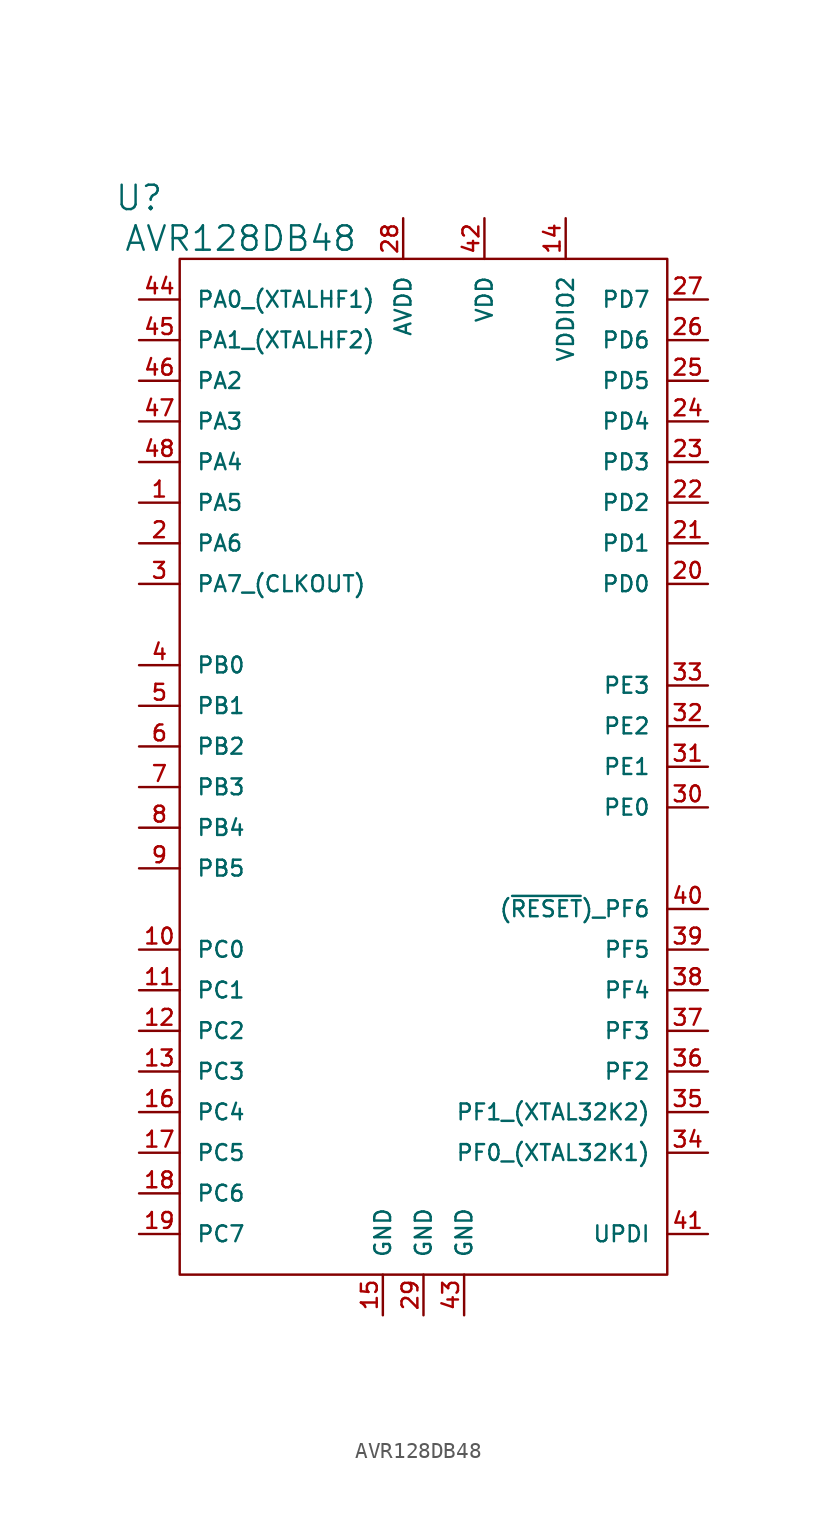
<source format=kicad_sym>
(kicad_symbol_lib
  (version 20220914)
  (generator kicad_symbol_editor)
  (symbol "AVR128DB48"
    (pin_names
      (offset 1.016))
    (property "Reference" "U"
      (at -17.78 35.56 0)
      (effects (font (size 1.524 1.524))))
    (property "Value" "AVR128DB48"
      (at -11.43 33.02 0)
      (effects (font (size 1.524 1.524))))
    (property "Footprint" ""
      (at 0 5.08 0)
      (effects (font (size 1.524 1.524))))
    (symbol "AVR128DB48_0_1"
      (rectangle (start -15.24 31.75) (end 15.24 -31.75) (stroke (width 0) (type solid)) (fill (type none))))
    (symbol "AVR128DB48_1_1"
      (pin passive line (at -17.78 16.51 0) (length 2.54) (name "PA5" (effects (font (size 0.991 0.991)))) (number "1" (effects (font (size 0.991 0.991)))))
      (pin passive line (at -17.78 -11.43 0) (length 2.54) (name "PC0" (effects (font (size 0.991 0.991)))) (number "10" (effects (font (size 0.991 0.991)))))
      (pin passive line (at -17.78 -13.97 0) (length 2.54) (name "PC1" (effects (font (size 0.991 0.991)))) (number "11" (effects (font (size 0.991 0.991)))))
      (pin passive line (at -17.78 -16.51 0) (length 2.54) (name "PC2" (effects (font (size 0.991 0.991)))) (number "12" (effects (font (size 0.991 0.991)))))
      (pin passive line (at -17.78 -19.05 0) (length 2.54) (name "PC3" (effects (font (size 0.991 0.991)))) (number "13" (effects (font (size 0.991 0.991)))))
      (pin passive line (at 8.89 34.29 270) (length 2.54) (name "VDDIO2" (effects (font (size 0.991 0.991)))) (number "14" (effects (font (size 0.991 0.991)))))
      (pin passive line (at -2.54 -34.29 90) (length 2.54) (name "GND" (effects (font (size 0.991 0.991)))) (number "15" (effects (font (size 0.991 0.991)))))
      (pin passive line (at -17.78 -21.59 0) (length 2.54) (name "PC4" (effects (font (size 0.991 0.991)))) (number "16" (effects (font (size 0.991 0.991)))))
      (pin passive line (at -17.78 -24.13 0) (length 2.54) (name "PC5" (effects (font (size 0.991 0.991)))) (number "17" (effects (font (size 0.991 0.991)))))
      (pin passive line (at -17.78 -26.67 0) (length 2.54) (name "PC6" (effects (font (size 0.991 0.991)))) (number "18" (effects (font (size 0.991 0.991)))))
      (pin passive line (at -17.78 -29.21 0) (length 2.54) (name "PC7" (effects (font (size 0.991 0.991)))) (number "19" (effects (font (size 0.991 0.991)))))
      (pin passive line (at -17.78 13.97 0) (length 2.54) (name "PA6" (effects (font (size 0.991 0.991)))) (number "2" (effects (font (size 0.991 0.991)))))
      (pin passive line (at 17.78 11.43 180) (length 2.54) (name "PD0" (effects (font (size 0.991 0.991)))) (number "20" (effects (font (size 0.991 0.991)))))
      (pin passive line (at 17.78 13.97 180) (length 2.54) (name "PD1" (effects (font (size 0.991 0.991)))) (number "21" (effects (font (size 0.991 0.991)))))
      (pin passive line (at 17.78 16.51 180) (length 2.54) (name "PD2" (effects (font (size 0.991 0.991)))) (number "22" (effects (font (size 0.991 0.991)))))
      (pin passive line (at 17.78 19.05 180) (length 2.54) (name "PD3" (effects (font (size 0.991 0.991)))) (number "23" (effects (font (size 0.991 0.991)))))
      (pin passive line (at 17.78 21.59 180) (length 2.54) (name "PD4" (effects (font (size 0.991 0.991)))) (number "24" (effects (font (size 0.991 0.991)))))
      (pin passive line (at 17.78 24.13 180) (length 2.54) (name "PD5" (effects (font (size 0.991 0.991)))) (number "25" (effects (font (size 0.991 0.991)))))
      (pin passive line (at 17.78 26.67 180) (length 2.54) (name "PD6" (effects (font (size 0.991 0.991)))) (number "26" (effects (font (size 0.991 0.991)))))
      (pin passive line (at 17.78 29.21 180) (length 2.54) (name "PD7" (effects (font (size 0.991 0.991)))) (number "27" (effects (font (size 0.991 0.991)))))
      (pin passive line (at -1.27 34.29 270) (length 2.54) (name "AVDD" (effects (font (size 0.991 0.991)))) (number "28" (effects (font (size 0.991 0.991)))))
      (pin passive line (at 0 -34.29 90) (length 2.54) (name "GND" (effects (font (size 0.991 0.991)))) (number "29" (effects (font (size 0.991 0.991)))))
      (pin passive line (at -17.78 11.43 0) (length 2.54) (name "PA7_(CLKOUT)" (effects (font (size 0.991 0.991)))) (number "3" (effects (font (size 0.991 0.991)))))
      (pin passive line (at 17.78 -2.54 180) (length 2.54) (name "PE0" (effects (font (size 0.991 0.991)))) (number "30" (effects (font (size 0.991 0.991)))))
      (pin passive line (at 17.78 0 180) (length 2.54) (name "PE1" (effects (font (size 0.991 0.991)))) (number "31" (effects (font (size 0.991 0.991)))))
      (pin passive line (at 17.78 2.54 180) (length 2.54) (name "PE2" (effects (font (size 0.991 0.991)))) (number "32" (effects (font (size 0.991 0.991)))))
      (pin passive line (at 17.78 5.08 180) (length 2.54) (name "PE3" (effects (font (size 0.991 0.991)))) (number "33" (effects (font (size 0.991 0.991)))))
      (pin passive line (at 17.78 -24.13 180) (length 2.54) (name "PF0_(XTAL32K1)" (effects (font (size 0.991 0.991)))) (number "34" (effects (font (size 0.991 0.991)))))
      (pin passive line (at 17.78 -21.59 180) (length 2.54) (name "PF1_(XTAL32K2)" (effects (font (size 0.991 0.991)))) (number "35" (effects (font (size 0.991 0.991)))))
      (pin passive line (at 17.78 -19.05 180) (length 2.54) (name "PF2" (effects (font (size 0.991 0.991)))) (number "36" (effects (font (size 0.991 0.991)))))
      (pin passive line (at 17.78 -16.51 180) (length 2.54) (name "PF3" (effects (font (size 0.991 0.991)))) (number "37" (effects (font (size 0.991 0.991)))))
      (pin passive line (at 17.78 -13.97 180) (length 2.54) (name "PF4" (effects (font (size 0.991 0.991)))) (number "38" (effects (font (size 0.991 0.991)))))
      (pin passive line (at 17.78 -11.43 180) (length 2.54) (name "PF5" (effects (font (size 0.991 0.991)))) (number "39" (effects (font (size 0.991 0.991)))))
      (pin passive line (at -17.78 6.35 0) (length 2.54) (name "PB0" (effects (font (size 0.991 0.991)))) (number "4" (effects (font (size 0.991 0.991)))))
      (pin passive line (at 17.78 -8.89 180) (length 2.54) (name "(~{RESET})_PF6" (effects (font (size 0.991 0.991)))) (number "40" (effects (font (size 0.991 0.991)))))
      (pin passive line (at 17.78 -29.21 180) (length 2.54) (name "UPDI" (effects (font (size 0.991 0.991)))) (number "41" (effects (font (size 0.991 0.991)))))
      (pin passive line (at 3.81 34.29 270) (length 2.54) (name "VDD" (effects (font (size 0.991 0.991)))) (number "42" (effects (font (size 0.991 0.991)))))
      (pin passive line (at 2.54 -34.29 90) (length 2.54) (name "GND" (effects (font (size 0.991 0.991)))) (number "43" (effects (font (size 0.991 0.991)))))
      (pin passive line (at -17.78 29.21 0) (length 2.54) (name "PA0_(XTALHF1)" (effects (font (size 0.991 0.991)))) (number "44" (effects (font (size 0.991 0.991)))))
      (pin passive line (at -17.78 26.67 0) (length 2.54) (name "PA1_(XTALHF2)" (effects (font (size 0.991 0.991)))) (number "45" (effects (font (size 0.991 0.991)))))
      (pin passive line (at -17.78 24.13 0) (length 2.54) (name "PA2" (effects (font (size 0.991 0.991)))) (number "46" (effects (font (size 0.991 0.991)))))
      (pin passive line (at -17.78 21.59 0) (length 2.54) (name "PA3" (effects (font (size 0.991 0.991)))) (number "47" (effects (font (size 0.991 0.991)))))
      (pin passive line (at -17.78 19.05 0) (length 2.54) (name "PA4" (effects (font (size 0.991 0.991)))) (number "48" (effects (font (size 0.991 0.991)))))
      (pin passive line (at -17.78 3.81 0) (length 2.54) (name "PB1" (effects (font (size 0.991 0.991)))) (number "5" (effects (font (size 0.991 0.991)))))
      (pin passive line (at -17.78 1.27 0) (length 2.54) (name "PB2" (effects (font (size 0.991 0.991)))) (number "6" (effects (font (size 0.991 0.991)))))
      (pin passive line (at -17.78 -1.27 0) (length 2.54) (name "PB3" (effects (font (size 0.991 0.991)))) (number "7" (effects (font (size 0.991 0.991)))))
      (pin passive line (at -17.78 -3.81 0) (length 2.54) (name "PB4" (effects (font (size 0.991 0.991)))) (number "8" (effects (font (size 0.991 0.991)))))
      (pin passive line (at -17.78 -6.35 0) (length 2.54) (name "PB5" (effects (font (size 0.991 0.991)))) (number "9" (effects (font (size 0.991 0.991))))))))
</source>
